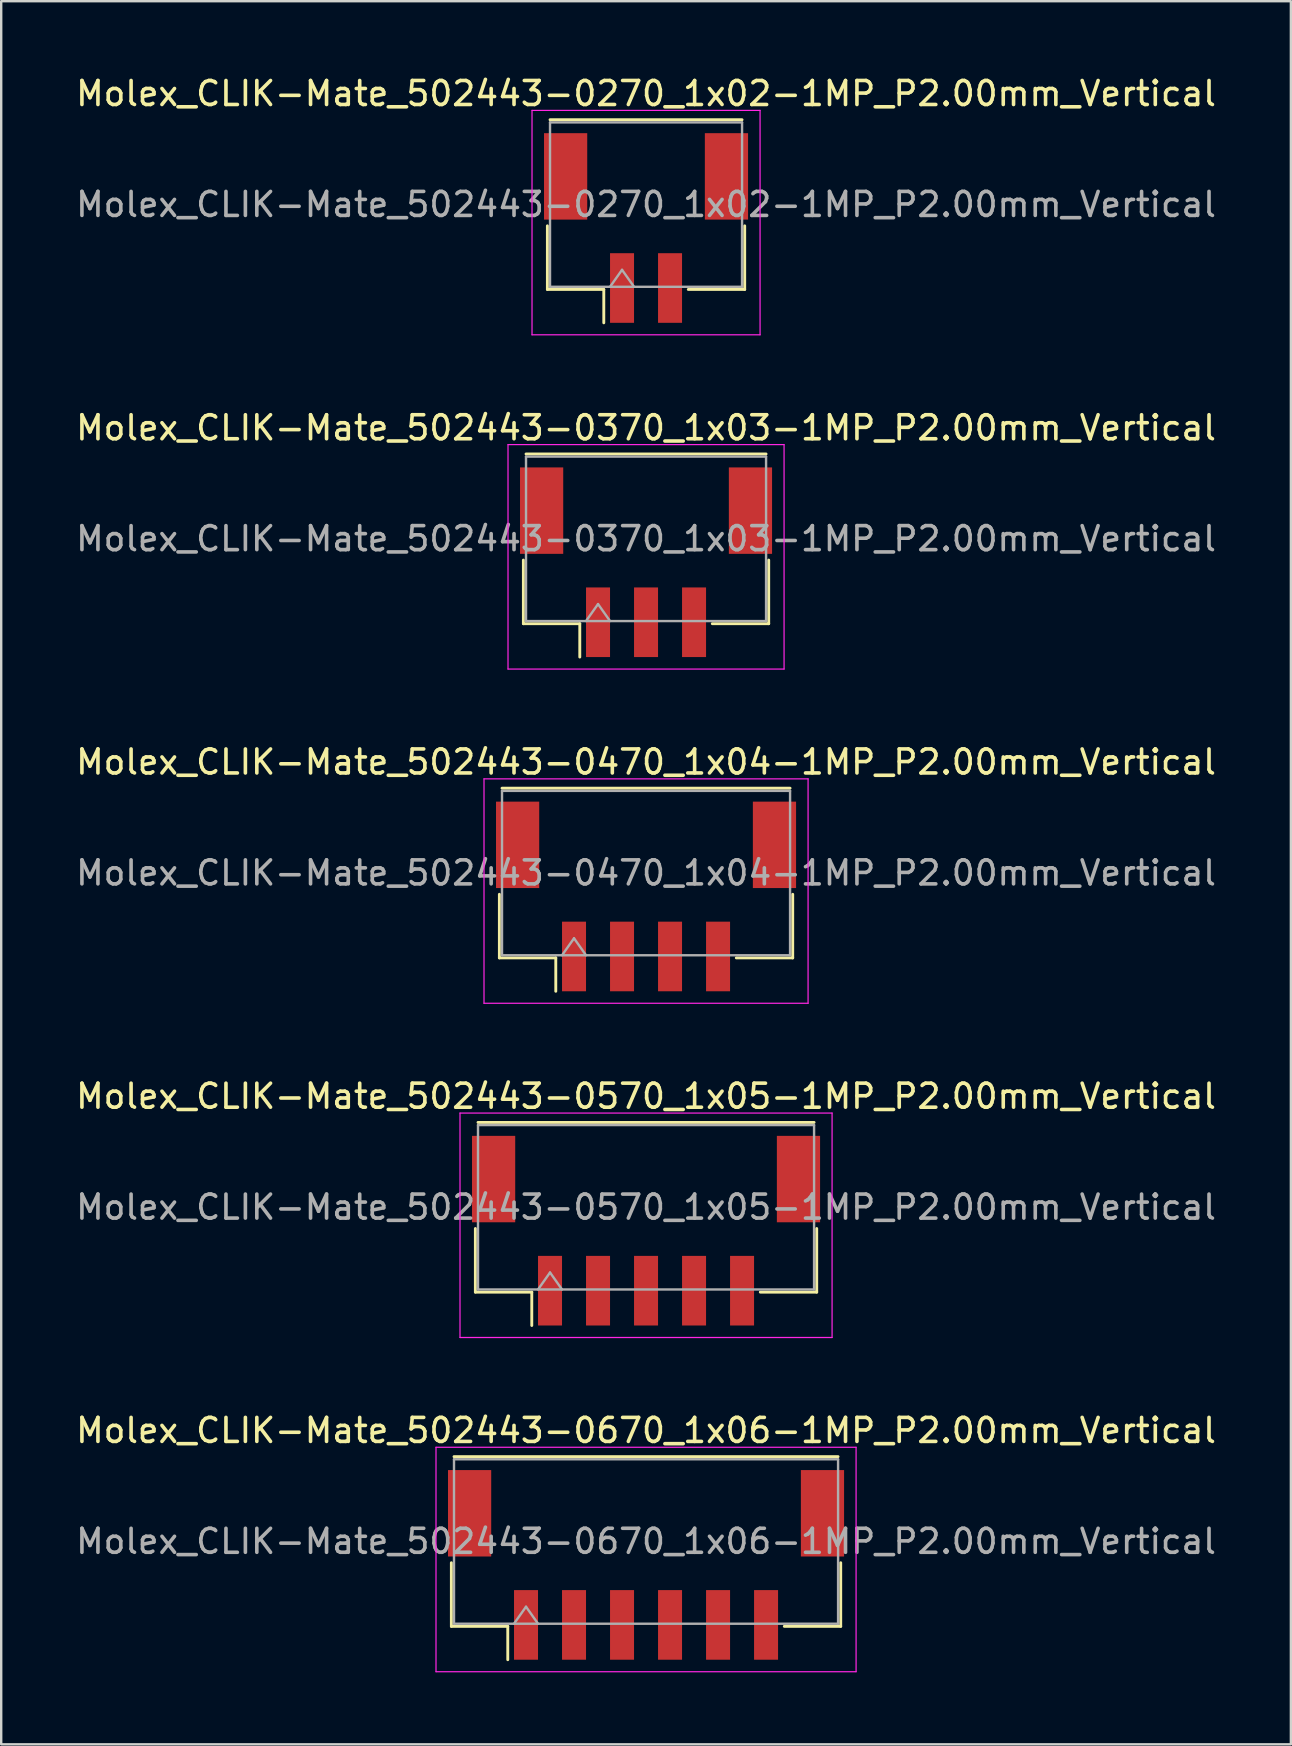
<source format=kicad_pcb>
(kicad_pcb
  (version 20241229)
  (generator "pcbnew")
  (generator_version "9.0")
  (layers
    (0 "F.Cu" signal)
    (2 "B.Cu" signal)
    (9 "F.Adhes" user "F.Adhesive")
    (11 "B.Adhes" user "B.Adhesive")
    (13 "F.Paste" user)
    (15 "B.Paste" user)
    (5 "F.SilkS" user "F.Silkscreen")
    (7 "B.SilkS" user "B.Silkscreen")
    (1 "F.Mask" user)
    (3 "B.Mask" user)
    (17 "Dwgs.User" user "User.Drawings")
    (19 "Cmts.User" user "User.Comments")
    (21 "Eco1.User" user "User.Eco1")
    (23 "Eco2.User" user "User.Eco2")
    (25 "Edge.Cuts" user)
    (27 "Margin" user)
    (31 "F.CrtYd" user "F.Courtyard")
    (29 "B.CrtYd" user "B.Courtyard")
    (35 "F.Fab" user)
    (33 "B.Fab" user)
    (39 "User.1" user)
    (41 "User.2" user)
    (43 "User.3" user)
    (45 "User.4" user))
  (footprint "Molex_CLIK-Mate_502443-0670_1x06-1MP_P2.00mm_Vertical"
    (layer "F.Cu")
    (at 23.863 62.141)
    (property "Reference" "Molex_CLIK-Mate_502443-0670_1x06-1MP_P2.00mm_Vertical" (at 0 -5.6 0) (layer "F.SilkS") (effects (font (size 1 1) (thickness 0.15))))
    (attr smd)
    (fp_line (start -8.11 -0.09) (end -8.11 2.56) (stroke (width 0.12) (type solid)) (layer "F.SilkS"))
    (fp_line (start -8.11 2.56) (end -5.76 2.56) (stroke (width 0.12) (type solid)) (layer "F.SilkS"))
    (fp_line (start -8 -4.51) (end 8 -4.51) (stroke (width 0.12) (type solid)) (layer "F.SilkS"))
    (fp_line (start -5.76 2.56) (end -5.76 3.95) (stroke (width 0.12) (type solid)) (layer "F.SilkS"))
    (fp_line (start 8.11 -0.09) (end 8.11 2.56) (stroke (width 0.12) (type solid)) (layer "F.SilkS"))
    (fp_line (start 8.11 2.56) (end 5.76 2.56) (stroke (width 0.12) (type solid)) (layer "F.SilkS"))
    (fp_line (start -8.75 -4.9) (end -8.75 4.45) (stroke (width 0.05) (type solid)) (layer "F.CrtYd"))
    (fp_line (start -8.75 4.45) (end 8.75 4.45) (stroke (width 0.05) (type solid)) (layer "F.CrtYd"))
    (fp_line (start 8.75 -4.9) (end -8.75 -4.9) (stroke (width 0.05) (type solid)) (layer "F.CrtYd"))
    (fp_line (start 8.75 4.45) (end 8.75 -4.9) (stroke (width 0.05) (type solid)) (layer "F.CrtYd"))
    (fp_line (start -8 -4.4) (end 8 -4.4) (stroke (width 0.1) (type solid)) (layer "F.Fab"))
    (fp_line (start -8 2.45) (end -8 -4.4) (stroke (width 0.1) (type solid)) (layer "F.Fab"))
    (fp_line (start -8 2.45) (end 8 2.45) (stroke (width 0.1) (type solid)) (layer "F.Fab"))
    (fp_line (start -5.5 2.45) (end -5 1.743) (stroke (width 0.1) (type solid)) (layer "F.Fab"))
    (fp_line (start -5 1.743) (end -4.5 2.45) (stroke (width 0.1) (type solid)) (layer "F.Fab"))
    (fp_line (start 8 2.45) (end 8 -4.4) (stroke (width 0.1) (type solid)) (layer "F.Fab"))
    (fp_text user "${REFERENCE}" (at 0 -0.98 0) (layer "F.Fab") (effects (font (size 1 1) (thickness 0.15))))
    (pad "1" smd rect (at -5 2.5) (size 1 2.9) (layers "F.Cu" "F.Mask" "F.Paste"))
    (pad "2" smd rect (at -3 2.5) (size 1 2.9) (layers "F.Cu" "F.Mask" "F.Paste"))
    (pad "3" smd rect (at -1 2.5) (size 1 2.9) (layers "F.Cu" "F.Mask" "F.Paste"))
    (pad "4" smd rect (at 1 2.5) (size 1 2.9) (layers "F.Cu" "F.Mask" "F.Paste"))
    (pad "5" smd rect (at 3 2.5) (size 1 2.9) (layers "F.Cu" "F.Mask" "F.Paste"))
    (pad "6" smd rect (at 5 2.5) (size 1 2.9) (layers "F.Cu" "F.Mask" "F.Paste"))
    (pad "MP" smd rect (at -7.35 -2.15) (size 1.8 3.6) (layers "F.Cu" "F.Mask" "F.Paste"))
    (pad "MP" smd rect (at 7.35 -2.15) (size 1.8 3.6) (layers "F.Cu" "F.Mask" "F.Paste")))
  (footprint "Molex_CLIK-Mate_502443-0270_1x02-1MP_P2.00mm_Vertical"
    (layer "F.Cu")
    (at 23.863 6.448)
    (property "Reference" "Molex_CLIK-Mate_502443-0270_1x02-1MP_P2.00mm_Vertical" (at 0 -5.6 0) (layer "F.SilkS") (effects (font (size 1 1) (thickness 0.15))))
    (attr smd)
    (fp_line (start -4.11 -0.09) (end -4.11 2.56) (stroke (width 0.12) (type solid)) (layer "F.SilkS"))
    (fp_line (start -4.11 2.56) (end -1.76 2.56) (stroke (width 0.12) (type solid)) (layer "F.SilkS"))
    (fp_line (start -4 -4.51) (end 4 -4.51) (stroke (width 0.12) (type solid)) (layer "F.SilkS"))
    (fp_line (start -1.76 2.56) (end -1.76 3.95) (stroke (width 0.12) (type solid)) (layer "F.SilkS"))
    (fp_line (start 4.11 -0.09) (end 4.11 2.56) (stroke (width 0.12) (type solid)) (layer "F.SilkS"))
    (fp_line (start 4.11 2.56) (end 1.76 2.56) (stroke (width 0.12) (type solid)) (layer "F.SilkS"))
    (fp_line (start -4.75 -4.9) (end -4.75 4.45) (stroke (width 0.05) (type solid)) (layer "F.CrtYd"))
    (fp_line (start -4.75 4.45) (end 4.75 4.45) (stroke (width 0.05) (type solid)) (layer "F.CrtYd"))
    (fp_line (start 4.75 -4.9) (end -4.75 -4.9) (stroke (width 0.05) (type solid)) (layer "F.CrtYd"))
    (fp_line (start 4.75 4.45) (end 4.75 -4.9) (stroke (width 0.05) (type solid)) (layer "F.CrtYd"))
    (fp_line (start -4 -4.4) (end 4 -4.4) (stroke (width 0.1) (type solid)) (layer "F.Fab"))
    (fp_line (start -4 2.45) (end -4 -4.4) (stroke (width 0.1) (type solid)) (layer "F.Fab"))
    (fp_line (start -4 2.45) (end 4 2.45) (stroke (width 0.1) (type solid)) (layer "F.Fab"))
    (fp_line (start -1.5 2.45) (end -1 1.743) (stroke (width 0.1) (type solid)) (layer "F.Fab"))
    (fp_line (start -1 1.743) (end -0.5 2.45) (stroke (width 0.1) (type solid)) (layer "F.Fab"))
    (fp_line (start 4 2.45) (end 4 -4.4) (stroke (width 0.1) (type solid)) (layer "F.Fab"))
    (fp_text user "${REFERENCE}" (at 0 -0.98 0) (layer "F.Fab") (effects (font (size 1 1) (thickness 0.15))))
    (pad "1" smd rect (at -1 2.5) (size 1 2.9) (layers "F.Cu" "F.Mask" "F.Paste"))
    (pad "2" smd rect (at 1 2.5) (size 1 2.9) (layers "F.Cu" "F.Mask" "F.Paste"))
    (pad "MP" smd rect (at -3.35 -2.15) (size 1.8 3.6) (layers "F.Cu" "F.Mask" "F.Paste"))
    (pad "MP" smd rect (at 3.35 -2.15) (size 1.8 3.6) (layers "F.Cu" "F.Mask" "F.Paste")))
  (footprint "Molex_CLIK-Mate_502443-0570_1x05-1MP_P2.00mm_Vertical"
    (layer "F.Cu")
    (at 23.863 48.218)
    (property "Reference" "Molex_CLIK-Mate_502443-0570_1x05-1MP_P2.00mm_Vertical" (at 0 -5.6 0) (layer "F.SilkS") (effects (font (size 1 1) (thickness 0.15))))
    (attr smd)
    (fp_line (start -7.11 -0.09) (end -7.11 2.56) (stroke (width 0.12) (type solid)) (layer "F.SilkS"))
    (fp_line (start -7.11 2.56) (end -4.76 2.56) (stroke (width 0.12) (type solid)) (layer "F.SilkS"))
    (fp_line (start -7 -4.51) (end 7 -4.51) (stroke (width 0.12) (type solid)) (layer "F.SilkS"))
    (fp_line (start -4.76 2.56) (end -4.76 3.95) (stroke (width 0.12) (type solid)) (layer "F.SilkS"))
    (fp_line (start 7.11 -0.09) (end 7.11 2.56) (stroke (width 0.12) (type solid)) (layer "F.SilkS"))
    (fp_line (start 7.11 2.56) (end 4.76 2.56) (stroke (width 0.12) (type solid)) (layer "F.SilkS"))
    (fp_line (start -7.75 -4.9) (end -7.75 4.45) (stroke (width 0.05) (type solid)) (layer "F.CrtYd"))
    (fp_line (start -7.75 4.45) (end 7.75 4.45) (stroke (width 0.05) (type solid)) (layer "F.CrtYd"))
    (fp_line (start 7.75 -4.9) (end -7.75 -4.9) (stroke (width 0.05) (type solid)) (layer "F.CrtYd"))
    (fp_line (start 7.75 4.45) (end 7.75 -4.9) (stroke (width 0.05) (type solid)) (layer "F.CrtYd"))
    (fp_line (start -7 -4.4) (end 7 -4.4) (stroke (width 0.1) (type solid)) (layer "F.Fab"))
    (fp_line (start -7 2.45) (end -7 -4.4) (stroke (width 0.1) (type solid)) (layer "F.Fab"))
    (fp_line (start -7 2.45) (end 7 2.45) (stroke (width 0.1) (type solid)) (layer "F.Fab"))
    (fp_line (start -4.5 2.45) (end -4 1.743) (stroke (width 0.1) (type solid)) (layer "F.Fab"))
    (fp_line (start -4 1.743) (end -3.5 2.45) (stroke (width 0.1) (type solid)) (layer "F.Fab"))
    (fp_line (start 7 2.45) (end 7 -4.4) (stroke (width 0.1) (type solid)) (layer "F.Fab"))
    (fp_text user "${REFERENCE}" (at 0 -0.98 0) (layer "F.Fab") (effects (font (size 1 1) (thickness 0.15))))
    (pad "1" smd rect (at -4 2.5) (size 1 2.9) (layers "F.Cu" "F.Mask" "F.Paste"))
    (pad "2" smd rect (at -2 2.5) (size 1 2.9) (layers "F.Cu" "F.Mask" "F.Paste"))
    (pad "3" smd rect (at 0 2.5) (size 1 2.9) (layers "F.Cu" "F.Mask" "F.Paste"))
    (pad "4" smd rect (at 2 2.5) (size 1 2.9) (layers "F.Cu" "F.Mask" "F.Paste"))
    (pad "5" smd rect (at 4 2.5) (size 1 2.9) (layers "F.Cu" "F.Mask" "F.Paste"))
    (pad "MP" smd rect (at -6.35 -2.15) (size 1.8 3.6) (layers "F.Cu" "F.Mask" "F.Paste"))
    (pad "MP" smd rect (at 6.35 -2.15) (size 1.8 3.6) (layers "F.Cu" "F.Mask" "F.Paste")))
  (footprint "Molex_CLIK-Mate_502443-0470_1x04-1MP_P2.00mm_Vertical"
    (layer "F.Cu")
    (at 23.863 34.295)
    (property "Reference" "Molex_CLIK-Mate_502443-0470_1x04-1MP_P2.00mm_Vertical" (at 0 -5.6 0) (layer "F.SilkS") (effects (font (size 1 1) (thickness 0.15))))
    (attr smd)
    (fp_line (start -6.11 -0.09) (end -6.11 2.56) (stroke (width 0.12) (type solid)) (layer "F.SilkS"))
    (fp_line (start -6.11 2.56) (end -3.76 2.56) (stroke (width 0.12) (type solid)) (layer "F.SilkS"))
    (fp_line (start -6 -4.51) (end 6 -4.51) (stroke (width 0.12) (type solid)) (layer "F.SilkS"))
    (fp_line (start -3.76 2.56) (end -3.76 3.95) (stroke (width 0.12) (type solid)) (layer "F.SilkS"))
    (fp_line (start 6.11 -0.09) (end 6.11 2.56) (stroke (width 0.12) (type solid)) (layer "F.SilkS"))
    (fp_line (start 6.11 2.56) (end 3.76 2.56) (stroke (width 0.12) (type solid)) (layer "F.SilkS"))
    (fp_line (start -6.75 -4.9) (end -6.75 4.45) (stroke (width 0.05) (type solid)) (layer "F.CrtYd"))
    (fp_line (start -6.75 4.45) (end 6.75 4.45) (stroke (width 0.05) (type solid)) (layer "F.CrtYd"))
    (fp_line (start 6.75 -4.9) (end -6.75 -4.9) (stroke (width 0.05) (type solid)) (layer "F.CrtYd"))
    (fp_line (start 6.75 4.45) (end 6.75 -4.9) (stroke (width 0.05) (type solid)) (layer "F.CrtYd"))
    (fp_line (start -6 -4.4) (end 6 -4.4) (stroke (width 0.1) (type solid)) (layer "F.Fab"))
    (fp_line (start -6 2.45) (end -6 -4.4) (stroke (width 0.1) (type solid)) (layer "F.Fab"))
    (fp_line (start -6 2.45) (end 6 2.45) (stroke (width 0.1) (type solid)) (layer "F.Fab"))
    (fp_line (start -3.5 2.45) (end -3 1.743) (stroke (width 0.1) (type solid)) (layer "F.Fab"))
    (fp_line (start -3 1.743) (end -2.5 2.45) (stroke (width 0.1) (type solid)) (layer "F.Fab"))
    (fp_line (start 6 2.45) (end 6 -4.4) (stroke (width 0.1) (type solid)) (layer "F.Fab"))
    (fp_text user "${REFERENCE}" (at 0 -0.98 0) (layer "F.Fab") (effects (font (size 1 1) (thickness 0.15))))
    (pad "1" smd rect (at -3 2.5) (size 1 2.9) (layers "F.Cu" "F.Mask" "F.Paste"))
    (pad "2" smd rect (at -1 2.5) (size 1 2.9) (layers "F.Cu" "F.Mask" "F.Paste"))
    (pad "3" smd rect (at 1 2.5) (size 1 2.9) (layers "F.Cu" "F.Mask" "F.Paste"))
    (pad "4" smd rect (at 3 2.5) (size 1 2.9) (layers "F.Cu" "F.Mask" "F.Paste"))
    (pad "MP" smd rect (at -5.35 -2.15) (size 1.8 3.6) (layers "F.Cu" "F.Mask" "F.Paste"))
    (pad "MP" smd rect (at 5.35 -2.15) (size 1.8 3.6) (layers "F.Cu" "F.Mask" "F.Paste")))
  (footprint "Molex_CLIK-Mate_502443-0370_1x03-1MP_P2.00mm_Vertical"
    (layer "F.Cu")
    (at 23.863 20.372)
    (property "Reference" "Molex_CLIK-Mate_502443-0370_1x03-1MP_P2.00mm_Vertical" (at 0 -5.6 0) (layer "F.SilkS") (effects (font (size 1 1) (thickness 0.15))))
    (attr smd)
    (fp_line (start -5.11 -0.09) (end -5.11 2.56) (stroke (width 0.12) (type solid)) (layer "F.SilkS"))
    (fp_line (start -5.11 2.56) (end -2.76 2.56) (stroke (width 0.12) (type solid)) (layer "F.SilkS"))
    (fp_line (start -5 -4.51) (end 5 -4.51) (stroke (width 0.12) (type solid)) (layer "F.SilkS"))
    (fp_line (start -2.76 2.56) (end -2.76 3.95) (stroke (width 0.12) (type solid)) (layer "F.SilkS"))
    (fp_line (start 5.11 -0.09) (end 5.11 2.56) (stroke (width 0.12) (type solid)) (layer "F.SilkS"))
    (fp_line (start 5.11 2.56) (end 2.76 2.56) (stroke (width 0.12) (type solid)) (layer "F.SilkS"))
    (fp_line (start -5.75 -4.9) (end -5.75 4.45) (stroke (width 0.05) (type solid)) (layer "F.CrtYd"))
    (fp_line (start -5.75 4.45) (end 5.75 4.45) (stroke (width 0.05) (type solid)) (layer "F.CrtYd"))
    (fp_line (start 5.75 -4.9) (end -5.75 -4.9) (stroke (width 0.05) (type solid)) (layer "F.CrtYd"))
    (fp_line (start 5.75 4.45) (end 5.75 -4.9) (stroke (width 0.05) (type solid)) (layer "F.CrtYd"))
    (fp_line (start -5 -4.4) (end 5 -4.4) (stroke (width 0.1) (type solid)) (layer "F.Fab"))
    (fp_line (start -5 2.45) (end -5 -4.4) (stroke (width 0.1) (type solid)) (layer "F.Fab"))
    (fp_line (start -5 2.45) (end 5 2.45) (stroke (width 0.1) (type solid)) (layer "F.Fab"))
    (fp_line (start -2.5 2.45) (end -2 1.743) (stroke (width 0.1) (type solid)) (layer "F.Fab"))
    (fp_line (start -2 1.743) (end -1.5 2.45) (stroke (width 0.1) (type solid)) (layer "F.Fab"))
    (fp_line (start 5 2.45) (end 5 -4.4) (stroke (width 0.1) (type solid)) (layer "F.Fab"))
    (fp_text user "${REFERENCE}" (at 0 -0.98 0) (layer "F.Fab") (effects (font (size 1 1) (thickness 0.15))))
    (pad "1" smd rect (at -2 2.5) (size 1 2.9) (layers "F.Cu" "F.Mask" "F.Paste"))
    (pad "2" smd rect (at 0 2.5) (size 1 2.9) (layers "F.Cu" "F.Mask" "F.Paste"))
    (pad "3" smd rect (at 2 2.5) (size 1 2.9) (layers "F.Cu" "F.Mask" "F.Paste"))
    (pad "MP" smd rect (at -4.35 -2.15) (size 1.8 3.6) (layers "F.Cu" "F.Mask" "F.Paste"))
    (pad "MP" smd rect (at 4.35 -2.15) (size 1.8 3.6) (layers "F.Cu" "F.Mask" "F.Paste")))
  (gr_rect
    (start -3 -3)
    (end 50.726 69.616)
    (stroke (width 0.1) (type default))
    (fill no)
    (layer "Edge.Cuts")))
</source>
